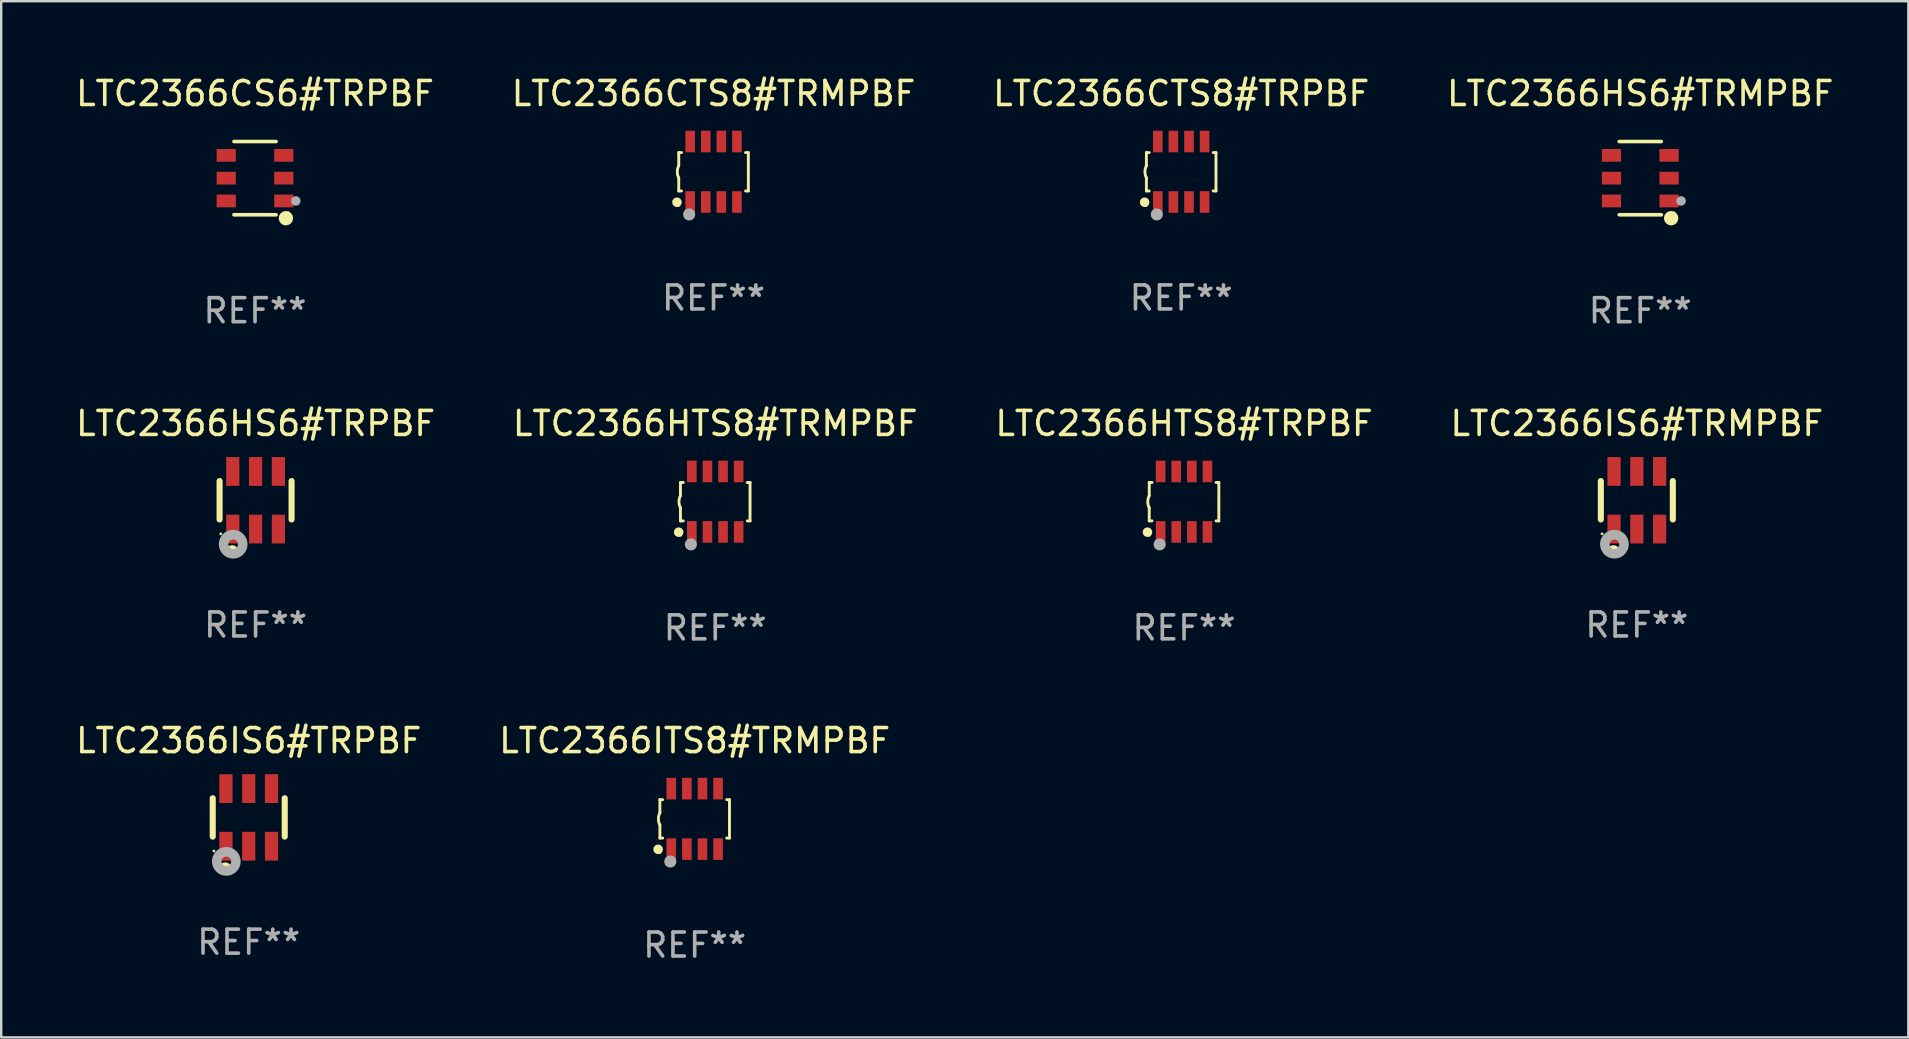
<source format=kicad_pcb>
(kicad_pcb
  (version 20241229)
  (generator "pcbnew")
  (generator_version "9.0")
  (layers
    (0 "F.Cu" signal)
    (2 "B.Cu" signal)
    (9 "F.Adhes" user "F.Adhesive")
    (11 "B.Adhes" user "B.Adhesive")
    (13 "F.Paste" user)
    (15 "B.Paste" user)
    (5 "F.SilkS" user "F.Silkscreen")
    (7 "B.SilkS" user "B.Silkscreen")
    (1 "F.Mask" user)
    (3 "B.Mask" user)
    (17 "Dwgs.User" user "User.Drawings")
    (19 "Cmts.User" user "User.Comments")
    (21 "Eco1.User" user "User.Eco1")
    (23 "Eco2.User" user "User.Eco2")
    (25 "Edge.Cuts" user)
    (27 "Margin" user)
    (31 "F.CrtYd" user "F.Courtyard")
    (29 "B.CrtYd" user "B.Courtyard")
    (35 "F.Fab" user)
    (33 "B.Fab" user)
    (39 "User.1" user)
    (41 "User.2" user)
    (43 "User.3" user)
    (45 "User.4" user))
  (footprint "LTC2366CTS8#TRPBF"
    (layer "F.Cu")
    (at 46.173 4.108)
    (property "Reference" "LTC2366CTS8#TRPBF" (at 0 -3.26 0) (layer "F.SilkS") (effects (font (size 1 1) (thickness 0.15))))
    (attr through_hole)
    (fp_line (start -1.45 -0.8) (end -1.45 -0.254) (stroke (width 0.12) (type solid)) (layer "F.SilkS"))
    (fp_line (start -1.45 -0.8) (end -1.334 -0.8) (stroke (width 0.12) (type solid)) (layer "F.SilkS"))
    (fp_line (start -1.45 0.8) (end -1.45 0.254) (stroke (width 0.12) (type solid)) (layer "F.SilkS"))
    (fp_line (start -1.45 0.8) (end -1.334 0.8) (stroke (width 0.12) (type solid)) (layer "F.SilkS"))
    (fp_line (start 1.334 -0.8) (end 1.45 -0.8) (stroke (width 0.12) (type solid)) (layer "F.SilkS"))
    (fp_line (start 1.334 0.8) (end 1.45 0.8) (stroke (width 0.12) (type solid)) (layer "F.SilkS"))
    (fp_line (start 1.45 0.8) (end 1.45 -0.8) (stroke (width 0.12) (type solid)) (layer "F.SilkS"))
    (fp_arc (start -1.45075 0.255144) (mid -1.510605 0.000434) (end -1.450013 -0.254102) (stroke (width 0.11999) (type solid)) (layer "F.SilkS"))
    (fp_circle (center -1.524 1.27) (end -1.424 1.27) (stroke (width 0.2) (type solid)) (fill no) (layer "F.SilkS"))
    (fp_circle (center -1.45 1.4) (end -1.42 1.4) (stroke (width 0.06) (type solid)) (fill no) (layer "F.SilkS"))
    (fp_circle (center -1.016 1.778) (end -0.889 1.778) (stroke (width 0.254) (type solid)) (fill no) (layer "F.Fab"))
    (fp_text user "REF**" (at 0 5.26 0) (layer "F.Fab") (effects (font (size 1 1) (thickness 0.15))))
    (pad "1" smd rect (at -0.975 1.26) (size 0.4 0.9) (layers "F.Cu" "F.Mask" "F.Paste"))
    (pad "2" smd rect (at -0.325 1.26) (size 0.4 0.9) (layers "F.Cu" "F.Mask" "F.Paste"))
    (pad "3" smd rect (at 0.325 1.26) (size 0.4 0.9) (layers "F.Cu" "F.Mask" "F.Paste"))
    (pad "4" smd rect (at 0.975 1.26) (size 0.4 0.9) (layers "F.Cu" "F.Mask" "F.Paste"))
    (pad "5" smd rect (at 0.975 -1.26) (size 0.4 0.9) (layers "F.Cu" "F.Mask" "F.Paste"))
    (pad "6" smd rect (at 0.325 -1.26) (size 0.4 0.9) (layers "F.Cu" "F.Mask" "F.Paste"))
    (pad "7" smd rect (at -0.325 -1.26) (size 0.4 0.9) (layers "F.Cu" "F.Mask" "F.Paste"))
    (pad "8" smd rect (at -0.975 -1.26) (size 0.4 0.9) (layers "F.Cu" "F.Mask" "F.Paste")))
  (footprint "LTC2366HS6#TRPBF"
    (layer "F.Cu")
    (at 7.601 17.797)
    (property "Reference" "LTC2366HS6#TRPBF" (at 0 -3.2 0) (layer "F.SilkS") (effects (font (size 1 1) (thickness 0.15))))
    (attr through_hole)
    (fp_line (start -1.5 0.8) (end -1.5 -0.8) (stroke (width 0.254) (type solid)) (layer "F.SilkS"))
    (fp_line (start 1.5 -0.8) (end 1.5 0.8) (stroke (width 0.254) (type solid)) (layer "F.SilkS"))
    (fp_circle (center -1.45 1.4) (end -1.42 1.4) (stroke (width 0.06) (type solid)) (fill no) (layer "F.SilkS"))
    (fp_circle (center -0.975 2.125) (end -0.848 2.125) (stroke (width 0.254) (type solid)) (fill no) (layer "F.SilkS"))
    (fp_circle (center -0.934 1.832) (end -0.735 1.832) (stroke (width 0.4) (type solid)) (fill no) (layer "F.Fab"))
    (fp_text user "REF**" (at 0 5.2 0) (layer "F.Fab") (effects (font (size 1 1) (thickness 0.15))))
    (pad "1" smd rect (at -0.95 1.2) (size 0.55 1.2) (layers "F.Cu" "F.Mask" "F.Paste"))
    (pad "2" smd rect (at 0 1.2) (size 0.55 1.2) (layers "F.Cu" "F.Mask" "F.Paste"))
    (pad "3" smd rect (at 0.95 1.2) (size 0.55 1.2) (layers "F.Cu" "F.Mask" "F.Paste"))
    (pad "4" smd rect (at 0.95 -1.2) (size 0.55 1.2) (layers "F.Cu" "F.Mask" "F.Paste"))
    (pad "5" smd rect (at 0 -1.2) (size 0.55 1.2) (layers "F.Cu" "F.Mask" "F.Paste"))
    (pad "6" smd rect (at -0.95 -1.2) (size 0.55 1.2) (layers "F.Cu" "F.Mask" "F.Paste")))
  (footprint "LTC2366CTS8#TRMPBF"
    (layer "F.Cu")
    (at 26.685 4.108)
    (property "Reference" "LTC2366CTS8#TRMPBF" (at 0 -3.26 0) (layer "F.SilkS") (effects (font (size 1 1) (thickness 0.15))))
    (attr through_hole)
    (fp_line (start -1.45 -0.8) (end -1.45 -0.254) (stroke (width 0.12) (type solid)) (layer "F.SilkS"))
    (fp_line (start -1.45 -0.8) (end -1.334 -0.8) (stroke (width 0.12) (type solid)) (layer "F.SilkS"))
    (fp_line (start -1.45 0.8) (end -1.45 0.254) (stroke (width 0.12) (type solid)) (layer "F.SilkS"))
    (fp_line (start -1.45 0.8) (end -1.334 0.8) (stroke (width 0.12) (type solid)) (layer "F.SilkS"))
    (fp_line (start 1.334 -0.8) (end 1.45 -0.8) (stroke (width 0.12) (type solid)) (layer "F.SilkS"))
    (fp_line (start 1.334 0.8) (end 1.45 0.8) (stroke (width 0.12) (type solid)) (layer "F.SilkS"))
    (fp_line (start 1.45 0.8) (end 1.45 -0.8) (stroke (width 0.12) (type solid)) (layer "F.SilkS"))
    (fp_arc (start -1.45075 0.255144) (mid -1.510605 0.000434) (end -1.450013 -0.254102) (stroke (width 0.11999) (type solid)) (layer "F.SilkS"))
    (fp_circle (center -1.524 1.27) (end -1.424 1.27) (stroke (width 0.2) (type solid)) (fill no) (layer "F.SilkS"))
    (fp_circle (center -1.45 1.4) (end -1.42 1.4) (stroke (width 0.06) (type solid)) (fill no) (layer "F.SilkS"))
    (fp_circle (center -1.016 1.778) (end -0.889 1.778) (stroke (width 0.254) (type solid)) (fill no) (layer "F.Fab"))
    (fp_text user "REF**" (at 0 5.26 0) (layer "F.Fab") (effects (font (size 1 1) (thickness 0.15))))
    (pad "1" smd rect (at -0.975 1.26) (size 0.4 0.9) (layers "F.Cu" "F.Mask" "F.Paste"))
    (pad "2" smd rect (at -0.325 1.26) (size 0.4 0.9) (layers "F.Cu" "F.Mask" "F.Paste"))
    (pad "3" smd rect (at 0.325 1.26) (size 0.4 0.9) (layers "F.Cu" "F.Mask" "F.Paste"))
    (pad "4" smd rect (at 0.975 1.26) (size 0.4 0.9) (layers "F.Cu" "F.Mask" "F.Paste"))
    (pad "5" smd rect (at 0.975 -1.26) (size 0.4 0.9) (layers "F.Cu" "F.Mask" "F.Paste"))
    (pad "6" smd rect (at 0.325 -1.26) (size 0.4 0.9) (layers "F.Cu" "F.Mask" "F.Paste"))
    (pad "7" smd rect (at -0.325 -1.26) (size 0.4 0.9) (layers "F.Cu" "F.Mask" "F.Paste"))
    (pad "8" smd rect (at -0.975 -1.26) (size 0.4 0.9) (layers "F.Cu" "F.Mask" "F.Paste")))
  (footprint "LTC2366HS6#TRMPBF"
    (layer "F.Cu")
    (at 65.304 4.374)
    (property "Reference" "LTC2366HS6#TRMPBF" (at 0 -3.526 0) (layer "F.SilkS") (effects (font (size 1 1) (thickness 0.15))))
    (attr through_hole)
    (fp_line (start 0.876 -1.526) (end -0.876 -1.526) (stroke (width 0.152) (type solid)) (layer "F.SilkS"))
    (fp_line (start 0.876 1.526) (end -0.876 1.526) (stroke (width 0.152) (type solid)) (layer "F.SilkS"))
    (fp_circle (center 1.287 1.669) (end 1.438 1.669) (stroke (width 0.3) (type solid)) (fill no) (layer "F.SilkS"))
    (fp_circle (center 1.4 1.45) (end 1.43 1.45) (stroke (width 0.06) (type solid)) (fill no) (layer "F.SilkS"))
    (fp_circle (center 1.7 0.95) (end 1.8 0.95) (stroke (width 0.2) (type solid)) (fill no) (layer "F.Fab"))
    (fp_text user "REF**" (at 0 5.526 0) (layer "F.Fab") (effects (font (size 1 1) (thickness 0.15))))
    (pad "1" smd rect (at 1.2 0.95) (size 0.8 0.532) (layers "F.Cu" "F.Mask" "F.Paste"))
    (pad "2" smd rect (at 1.2 0) (size 0.8 0.532) (layers "F.Cu" "F.Mask" "F.Paste"))
    (pad "3" smd rect (at 1.2 -0.95) (size 0.8 0.532) (layers "F.Cu" "F.Mask" "F.Paste"))
    (pad "4" smd rect (at -1.2 -0.95) (size 0.8 0.532) (layers "F.Cu" "F.Mask" "F.Paste"))
    (pad "5" smd rect (at -1.2 0) (size 0.8 0.532) (layers "F.Cu" "F.Mask" "F.Paste"))
    (pad "6" smd rect (at -1.2 0.95) (size 0.8 0.532) (layers "F.Cu" "F.Mask" "F.Paste")))
  (footprint "LTC2366HTS8#TRPBF"
    (layer "F.Cu")
    (at 46.292 17.857)
    (property "Reference" "LTC2366HTS8#TRPBF" (at 0 -3.26 0) (layer "F.SilkS") (effects (font (size 1 1) (thickness 0.15))))
    (attr through_hole)
    (fp_line (start -1.45 -0.8) (end -1.45 -0.254) (stroke (width 0.12) (type solid)) (layer "F.SilkS"))
    (fp_line (start -1.45 -0.8) (end -1.334 -0.8) (stroke (width 0.12) (type solid)) (layer "F.SilkS"))
    (fp_line (start -1.45 0.8) (end -1.45 0.254) (stroke (width 0.12) (type solid)) (layer "F.SilkS"))
    (fp_line (start -1.45 0.8) (end -1.334 0.8) (stroke (width 0.12) (type solid)) (layer "F.SilkS"))
    (fp_line (start 1.334 -0.8) (end 1.45 -0.8) (stroke (width 0.12) (type solid)) (layer "F.SilkS"))
    (fp_line (start 1.334 0.8) (end 1.45 0.8) (stroke (width 0.12) (type solid)) (layer "F.SilkS"))
    (fp_line (start 1.45 0.8) (end 1.45 -0.8) (stroke (width 0.12) (type solid)) (layer "F.SilkS"))
    (fp_arc (start -1.45075 0.255144) (mid -1.510605 0.000434) (end -1.450013 -0.254102) (stroke (width 0.11999) (type solid)) (layer "F.SilkS"))
    (fp_circle (center -1.524 1.27) (end -1.424 1.27) (stroke (width 0.2) (type solid)) (fill no) (layer "F.SilkS"))
    (fp_circle (center -1.45 1.4) (end -1.42 1.4) (stroke (width 0.06) (type solid)) (fill no) (layer "F.SilkS"))
    (fp_circle (center -1.016 1.778) (end -0.889 1.778) (stroke (width 0.254) (type solid)) (fill no) (layer "F.Fab"))
    (fp_text user "REF**" (at 0 5.26 0) (layer "F.Fab") (effects (font (size 1 1) (thickness 0.15))))
    (pad "1" smd rect (at -0.975 1.26) (size 0.4 0.9) (layers "F.Cu" "F.Mask" "F.Paste"))
    (pad "2" smd rect (at -0.325 1.26) (size 0.4 0.9) (layers "F.Cu" "F.Mask" "F.Paste"))
    (pad "3" smd rect (at 0.325 1.26) (size 0.4 0.9) (layers "F.Cu" "F.Mask" "F.Paste"))
    (pad "4" smd rect (at 0.975 1.26) (size 0.4 0.9) (layers "F.Cu" "F.Mask" "F.Paste"))
    (pad "5" smd rect (at 0.975 -1.26) (size 0.4 0.9) (layers "F.Cu" "F.Mask" "F.Paste"))
    (pad "6" smd rect (at 0.325 -1.26) (size 0.4 0.9) (layers "F.Cu" "F.Mask" "F.Paste"))
    (pad "7" smd rect (at -0.325 -1.26) (size 0.4 0.9) (layers "F.Cu" "F.Mask" "F.Paste"))
    (pad "8" smd rect (at -0.975 -1.26) (size 0.4 0.9) (layers "F.Cu" "F.Mask" "F.Paste")))
  (footprint "LTC2366HTS8#TRMPBF"
    (layer "F.Cu")
    (at 26.756 17.857)
    (property "Reference" "LTC2366HTS8#TRMPBF" (at 0 -3.26 0) (layer "F.SilkS") (effects (font (size 1 1) (thickness 0.15))))
    (attr through_hole)
    (fp_line (start -1.45 -0.8) (end -1.45 -0.254) (stroke (width 0.12) (type solid)) (layer "F.SilkS"))
    (fp_line (start -1.45 -0.8) (end -1.334 -0.8) (stroke (width 0.12) (type solid)) (layer "F.SilkS"))
    (fp_line (start -1.45 0.8) (end -1.45 0.254) (stroke (width 0.12) (type solid)) (layer "F.SilkS"))
    (fp_line (start -1.45 0.8) (end -1.334 0.8) (stroke (width 0.12) (type solid)) (layer "F.SilkS"))
    (fp_line (start 1.334 -0.8) (end 1.45 -0.8) (stroke (width 0.12) (type solid)) (layer "F.SilkS"))
    (fp_line (start 1.334 0.8) (end 1.45 0.8) (stroke (width 0.12) (type solid)) (layer "F.SilkS"))
    (fp_line (start 1.45 0.8) (end 1.45 -0.8) (stroke (width 0.12) (type solid)) (layer "F.SilkS"))
    (fp_arc (start -1.45075 0.255144) (mid -1.510605 0.000434) (end -1.450013 -0.254102) (stroke (width 0.11999) (type solid)) (layer "F.SilkS"))
    (fp_circle (center -1.524 1.27) (end -1.424 1.27) (stroke (width 0.2) (type solid)) (fill no) (layer "F.SilkS"))
    (fp_circle (center -1.45 1.4) (end -1.42 1.4) (stroke (width 0.06) (type solid)) (fill no) (layer "F.SilkS"))
    (fp_circle (center -1.016 1.778) (end -0.889 1.778) (stroke (width 0.254) (type solid)) (fill no) (layer "F.Fab"))
    (fp_text user "REF**" (at 0 5.26 0) (layer "F.Fab") (effects (font (size 1 1) (thickness 0.15))))
    (pad "1" smd rect (at -0.975 1.26) (size 0.4 0.9) (layers "F.Cu" "F.Mask" "F.Paste"))
    (pad "2" smd rect (at -0.325 1.26) (size 0.4 0.9) (layers "F.Cu" "F.Mask" "F.Paste"))
    (pad "3" smd rect (at 0.325 1.26) (size 0.4 0.9) (layers "F.Cu" "F.Mask" "F.Paste"))
    (pad "4" smd rect (at 0.975 1.26) (size 0.4 0.9) (layers "F.Cu" "F.Mask" "F.Paste"))
    (pad "5" smd rect (at 0.975 -1.26) (size 0.4 0.9) (layers "F.Cu" "F.Mask" "F.Paste"))
    (pad "6" smd rect (at 0.325 -1.26) (size 0.4 0.9) (layers "F.Cu" "F.Mask" "F.Paste"))
    (pad "7" smd rect (at -0.325 -1.26) (size 0.4 0.9) (layers "F.Cu" "F.Mask" "F.Paste"))
    (pad "8" smd rect (at -0.975 -1.26) (size 0.4 0.9) (layers "F.Cu" "F.Mask" "F.Paste")))
  (footprint "LTC2366IS6#TRMPBF"
    (layer "F.Cu")
    (at 65.161 17.797)
    (property "Reference" "LTC2366IS6#TRMPBF" (at 0 -3.2 0) (layer "F.SilkS") (effects (font (size 1 1) (thickness 0.15))))
    (attr through_hole)
    (fp_line (start -1.5 0.8) (end -1.5 -0.8) (stroke (width 0.254) (type solid)) (layer "F.SilkS"))
    (fp_line (start 1.5 -0.8) (end 1.5 0.8) (stroke (width 0.254) (type solid)) (layer "F.SilkS"))
    (fp_circle (center -1.45 1.4) (end -1.42 1.4) (stroke (width 0.06) (type solid)) (fill no) (layer "F.SilkS"))
    (fp_circle (center -0.975 2.125) (end -0.848 2.125) (stroke (width 0.254) (type solid)) (fill no) (layer "F.SilkS"))
    (fp_circle (center -0.934 1.832) (end -0.735 1.832) (stroke (width 0.4) (type solid)) (fill no) (layer "F.Fab"))
    (fp_text user "REF**" (at 0 5.2 0) (layer "F.Fab") (effects (font (size 1 1) (thickness 0.15))))
    (pad "1" smd rect (at -0.95 1.2) (size 0.55 1.2) (layers "F.Cu" "F.Mask" "F.Paste"))
    (pad "2" smd rect (at 0 1.2) (size 0.55 1.2) (layers "F.Cu" "F.Mask" "F.Paste"))
    (pad "3" smd rect (at 0.95 1.2) (size 0.55 1.2) (layers "F.Cu" "F.Mask" "F.Paste"))
    (pad "4" smd rect (at 0.95 -1.2) (size 0.55 1.2) (layers "F.Cu" "F.Mask" "F.Paste"))
    (pad "5" smd rect (at 0 -1.2) (size 0.55 1.2) (layers "F.Cu" "F.Mask" "F.Paste"))
    (pad "6" smd rect (at -0.95 -1.2) (size 0.55 1.2) (layers "F.Cu" "F.Mask" "F.Paste")))
  (footprint "LTC2366CS6#TRPBF"
    (layer "F.Cu")
    (at 7.577 4.374)
    (property "Reference" "LTC2366CS6#TRPBF" (at 0 -3.526 0) (layer "F.SilkS") (effects (font (size 1 1) (thickness 0.15))))
    (attr through_hole)
    (fp_line (start 0.876 -1.526) (end -0.876 -1.526) (stroke (width 0.152) (type solid)) (layer "F.SilkS"))
    (fp_line (start 0.876 1.526) (end -0.876 1.526) (stroke (width 0.152) (type solid)) (layer "F.SilkS"))
    (fp_circle (center 1.287 1.669) (end 1.438 1.669) (stroke (width 0.3) (type solid)) (fill no) (layer "F.SilkS"))
    (fp_circle (center 1.4 1.45) (end 1.43 1.45) (stroke (width 0.06) (type solid)) (fill no) (layer "F.SilkS"))
    (fp_circle (center 1.7 0.95) (end 1.8 0.95) (stroke (width 0.2) (type solid)) (fill no) (layer "F.Fab"))
    (fp_text user "REF**" (at 0 5.526 0) (layer "F.Fab") (effects (font (size 1 1) (thickness 0.15))))
    (pad "1" smd rect (at 1.2 0.95) (size 0.8 0.532) (layers "F.Cu" "F.Mask" "F.Paste"))
    (pad "2" smd rect (at 1.2 0) (size 0.8 0.532) (layers "F.Cu" "F.Mask" "F.Paste"))
    (pad "3" smd rect (at 1.2 -0.95) (size 0.8 0.532) (layers "F.Cu" "F.Mask" "F.Paste"))
    (pad "4" smd rect (at -1.2 -0.95) (size 0.8 0.532) (layers "F.Cu" "F.Mask" "F.Paste"))
    (pad "5" smd rect (at -1.2 0) (size 0.8 0.532) (layers "F.Cu" "F.Mask" "F.Paste"))
    (pad "6" smd rect (at -1.2 0.95) (size 0.8 0.532) (layers "F.Cu" "F.Mask" "F.Paste")))
  (footprint "LTC2366IS6#TRPBF"
    (layer "F.Cu")
    (at 7.315 31.014)
    (property "Reference" "LTC2366IS6#TRPBF" (at 0 -3.2 0) (layer "F.SilkS") (effects (font (size 1 1) (thickness 0.15))))
    (attr through_hole)
    (fp_line (start -1.5 0.8) (end -1.5 -0.8) (stroke (width 0.254) (type solid)) (layer "F.SilkS"))
    (fp_line (start 1.5 -0.8) (end 1.5 0.8) (stroke (width 0.254) (type solid)) (layer "F.SilkS"))
    (fp_circle (center -1.45 1.4) (end -1.42 1.4) (stroke (width 0.06) (type solid)) (fill no) (layer "F.SilkS"))
    (fp_circle (center -0.975 2.125) (end -0.848 2.125) (stroke (width 0.254) (type solid)) (fill no) (layer "F.SilkS"))
    (fp_circle (center -0.934 1.832) (end -0.735 1.832) (stroke (width 0.4) (type solid)) (fill no) (layer "F.Fab"))
    (fp_text user "REF**" (at 0 5.2 0) (layer "F.Fab") (effects (font (size 1 1) (thickness 0.15))))
    (pad "1" smd rect (at -0.95 1.2) (size 0.55 1.2) (layers "F.Cu" "F.Mask" "F.Paste"))
    (pad "2" smd rect (at 0 1.2) (size 0.55 1.2) (layers "F.Cu" "F.Mask" "F.Paste"))
    (pad "3" smd rect (at 0.95 1.2) (size 0.55 1.2) (layers "F.Cu" "F.Mask" "F.Paste"))
    (pad "4" smd rect (at 0.95 -1.2) (size 0.55 1.2) (layers "F.Cu" "F.Mask" "F.Paste"))
    (pad "5" smd rect (at 0 -1.2) (size 0.55 1.2) (layers "F.Cu" "F.Mask" "F.Paste"))
    (pad "6" smd rect (at -0.95 -1.2) (size 0.55 1.2) (layers "F.Cu" "F.Mask" "F.Paste")))
  (footprint "LTC2366ITS8#TRMPBF"
    (layer "F.Cu")
    (at 25.899 31.074)
    (property "Reference" "LTC2366ITS8#TRMPBF" (at 0 -3.26 0) (layer "F.SilkS") (effects (font (size 1 1) (thickness 0.15))))
    (attr through_hole)
    (fp_line (start -1.45 -0.8) (end -1.45 -0.254) (stroke (width 0.12) (type solid)) (layer "F.SilkS"))
    (fp_line (start -1.45 -0.8) (end -1.334 -0.8) (stroke (width 0.12) (type solid)) (layer "F.SilkS"))
    (fp_line (start -1.45 0.8) (end -1.45 0.254) (stroke (width 0.12) (type solid)) (layer "F.SilkS"))
    (fp_line (start -1.45 0.8) (end -1.334 0.8) (stroke (width 0.12) (type solid)) (layer "F.SilkS"))
    (fp_line (start 1.334 -0.8) (end 1.45 -0.8) (stroke (width 0.12) (type solid)) (layer "F.SilkS"))
    (fp_line (start 1.334 0.8) (end 1.45 0.8) (stroke (width 0.12) (type solid)) (layer "F.SilkS"))
    (fp_line (start 1.45 0.8) (end 1.45 -0.8) (stroke (width 0.12) (type solid)) (layer "F.SilkS"))
    (fp_arc (start -1.45075 0.255144) (mid -1.510605 0.000434) (end -1.450013 -0.254102) (stroke (width 0.11999) (type solid)) (layer "F.SilkS"))
    (fp_circle (center -1.524 1.27) (end -1.424 1.27) (stroke (width 0.2) (type solid)) (fill no) (layer "F.SilkS"))
    (fp_circle (center -1.45 1.4) (end -1.42 1.4) (stroke (width 0.06) (type solid)) (fill no) (layer "F.SilkS"))
    (fp_circle (center -1.016 1.778) (end -0.889 1.778) (stroke (width 0.254) (type solid)) (fill no) (layer "F.Fab"))
    (fp_text user "REF**" (at 0 5.26 0) (layer "F.Fab") (effects (font (size 1 1) (thickness 0.15))))
    (pad "1" smd rect (at -0.975 1.26) (size 0.4 0.9) (layers "F.Cu" "F.Mask" "F.Paste"))
    (pad "2" smd rect (at -0.325 1.26) (size 0.4 0.9) (layers "F.Cu" "F.Mask" "F.Paste"))
    (pad "3" smd rect (at 0.325 1.26) (size 0.4 0.9) (layers "F.Cu" "F.Mask" "F.Paste"))
    (pad "4" smd rect (at 0.975 1.26) (size 0.4 0.9) (layers "F.Cu" "F.Mask" "F.Paste"))
    (pad "5" smd rect (at 0.975 -1.26) (size 0.4 0.9) (layers "F.Cu" "F.Mask" "F.Paste"))
    (pad "6" smd rect (at 0.325 -1.26) (size 0.4 0.9) (layers "F.Cu" "F.Mask" "F.Paste"))
    (pad "7" smd rect (at -0.325 -1.26) (size 0.4 0.9) (layers "F.Cu" "F.Mask" "F.Paste"))
    (pad "8" smd rect (at -0.975 -1.26) (size 0.4 0.9) (layers "F.Cu" "F.Mask" "F.Paste")))
  (gr_rect
    (start -3 -3)
    (end 76.476 40.182)
    (stroke (width 0.1) (type default))
    (fill no)
    (layer "Edge.Cuts")))
</source>
